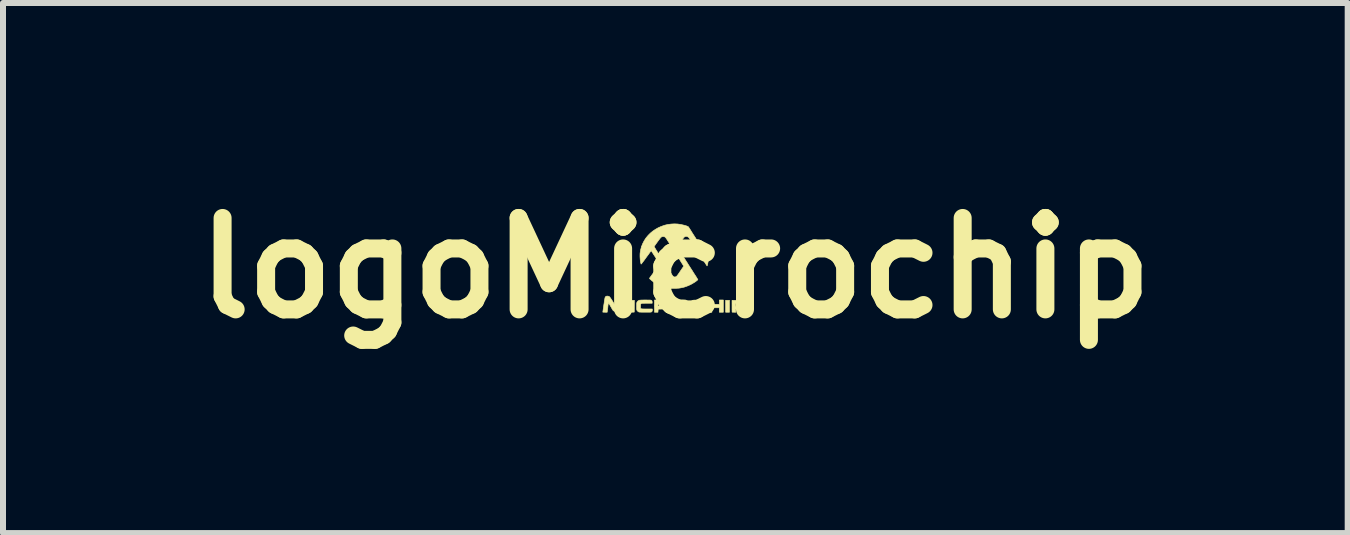
<source format=kicad_pcb>
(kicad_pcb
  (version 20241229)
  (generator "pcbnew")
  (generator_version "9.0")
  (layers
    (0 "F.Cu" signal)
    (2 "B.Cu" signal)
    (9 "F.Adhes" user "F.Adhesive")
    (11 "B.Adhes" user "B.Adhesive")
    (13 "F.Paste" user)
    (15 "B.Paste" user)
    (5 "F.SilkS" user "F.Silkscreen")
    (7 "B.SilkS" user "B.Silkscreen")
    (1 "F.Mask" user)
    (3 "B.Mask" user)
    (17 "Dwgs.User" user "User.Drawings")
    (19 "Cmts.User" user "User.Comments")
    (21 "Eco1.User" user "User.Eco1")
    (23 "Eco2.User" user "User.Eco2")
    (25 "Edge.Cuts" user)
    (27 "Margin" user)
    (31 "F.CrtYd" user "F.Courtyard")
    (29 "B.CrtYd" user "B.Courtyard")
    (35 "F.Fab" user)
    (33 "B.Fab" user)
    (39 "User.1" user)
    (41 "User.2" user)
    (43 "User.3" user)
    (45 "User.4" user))
  (footprint "logoMicrochip"
    (layer "F.Cu")
    (at 8.208 1.418)
    (property "Reference" "logoMicrochip" (at 0 0 0) (layer "F.SilkS") (effects (font (size 1.524 1.524) (thickness 0.3))))
    (attr through_hole)
    (fp_poly (pts (xy 0.902 0.737) (xy 0.838 0.737) (xy 0.838 0.538) (xy 0.902 0.538) (xy 0.902 0.737)) (stroke (width 0.01) (type solid)) (fill yes) (layer "F.SilkS"))
    (fp_poly (pts (xy -0.684 0.637) (xy -0.685 0.735) (xy -0.717 0.736) (xy -0.749 0.737) (xy -0.749 0.538) (xy -0.683 0.538) (xy -0.684 0.637)) (stroke (width 0.01) (type solid)) (fill yes) (layer "F.SilkS"))
    (fp_poly (pts (xy 0.61 0.605) (xy 0.734 0.605) (xy 0.734 0.533) (xy 0.8 0.533) (xy 0.8 0.737) (xy 0.734 0.737) (xy 0.733 0.699) (xy 0.733 0.662) (xy 0.611 0.662) (xy 0.609 0.737) (xy 0.546 0.737) (xy 0.546 0.533) (xy 0.61 0.533) (xy 0.61 0.605)) (stroke (width 0.01) (type solid)) (fill yes) (layer "F.SilkS"))
    (fp_poly (pts (xy 1.061 0.539) (xy 1.178 0.54) (xy 1.188 0.548) (xy 1.196 0.554) (xy 1.201 0.561) (xy 1.205 0.569) (xy 1.207 0.579) (xy 1.209 0.591) (xy 1.209 0.608) (xy 1.209 0.61) (xy 1.209 0.627) (xy 1.208 0.639) (xy 1.207 0.648) (xy 1.204 0.655) (xy 1.2 0.662) (xy 1.195 0.668) (xy 1.194 0.669) (xy 1.191 0.673) (xy 1.187 0.676) (xy 1.183 0.678) (xy 1.179 0.68) (xy 1.172 0.681) (xy 1.164 0.682) (xy 1.153 0.683) (xy 1.139 0.683) (xy 1.121 0.683) (xy 1.098 0.683) (xy 1.091 0.683) (xy 1.008 0.683) (xy 1.008 0.737) (xy 0.978 0.737) (xy 0.966 0.736) (xy 0.956 0.736) (xy 0.949 0.736) (xy 0.947 0.735) (xy 0.946 0.732) (xy 0.946 0.725) (xy 0.946 0.713) (xy 0.945 0.699) (xy 0.945 0.681) (xy 0.945 0.661) (xy 0.945 0.64) (xy 0.945 0.636) (xy 0.945 0.584) (xy 1.006 0.584) (xy 1.006 0.594) (xy 1.006 0.601) (xy 1.007 0.612) (xy 1.007 0.62) (xy 1.009 0.638) (xy 1.136 0.638) (xy 1.142 0.631) (xy 1.146 0.626) (xy 1.148 0.621) (xy 1.148 0.612) (xy 1.148 0.611) (xy 1.148 0.602) (xy 1.146 0.596) (xy 1.142 0.591) (xy 1.142 0.59) (xy 1.136 0.584) (xy 1.006 0.584) (xy 0.945 0.584) (xy 0.945 0.538) (xy 1.061 0.539)) (stroke (width 0.01) (type solid)) (fill yes) (layer "F.SilkS"))
    (fp_poly (pts (xy -0.212 0.533) (xy -0.189 0.533) (xy -0.17 0.534) (xy -0.155 0.534) (xy -0.143 0.535) (xy -0.133 0.535) (xy -0.126 0.536) (xy -0.121 0.538) (xy -0.116 0.54) (xy -0.113 0.542) (xy -0.109 0.545) (xy -0.107 0.547) (xy -0.101 0.554) (xy -0.096 0.562) (xy -0.093 0.572) (xy -0.092 0.585) (xy -0.091 0.599) (xy -0.092 0.615) (xy -0.093 0.626) (xy -0.095 0.634) (xy -0.099 0.641) (xy -0.105 0.647) (xy -0.108 0.649) (xy -0.117 0.656) (xy -0.109 0.661) (xy -0.103 0.665) (xy -0.099 0.671) (xy -0.096 0.679) (xy -0.095 0.69) (xy -0.094 0.705) (xy -0.094 0.709) (xy -0.094 0.737) (xy -0.152 0.737) (xy -0.152 0.72) (xy -0.153 0.706) (xy -0.156 0.696) (xy -0.162 0.69) (xy -0.17 0.686) (xy -0.17 0.686) (xy -0.176 0.685) (xy -0.187 0.684) (xy -0.201 0.684) (xy -0.218 0.684) (xy -0.233 0.684) (xy -0.286 0.685) (xy -0.288 0.711) (xy -0.29 0.737) (xy -0.348 0.737) (xy -0.348 0.632) (xy -0.29 0.632) (xy -0.225 0.632) (xy -0.204 0.632) (xy -0.189 0.632) (xy -0.177 0.632) (xy -0.168 0.632) (xy -0.162 0.631) (xy -0.158 0.63) (xy -0.156 0.629) (xy -0.155 0.628) (xy -0.151 0.624) (xy -0.15 0.616) (xy -0.15 0.61) (xy -0.15 0.601) (xy -0.152 0.595) (xy -0.156 0.59) (xy -0.162 0.584) (xy -0.287 0.584) (xy -0.287 0.591) (xy -0.287 0.597) (xy -0.288 0.606) (xy -0.289 0.615) (xy -0.29 0.632) (xy -0.348 0.632) (xy -0.348 0.533) (xy -0.24 0.533) (xy -0.212 0.533)) (stroke (width 0.01) (type solid)) (fill yes) (layer "F.SilkS"))
    (fp_poly (pts (xy -0.474 0.533) (xy -0.455 0.534) (xy -0.44 0.534) (xy -0.428 0.534) (xy -0.419 0.534) (xy -0.412 0.535) (xy -0.408 0.536) (xy -0.404 0.537) (xy -0.401 0.538) (xy -0.394 0.543) (xy -0.389 0.55) (xy -0.387 0.56) (xy -0.386 0.571) (xy -0.386 0.587) (xy -0.475 0.587) (xy -0.564 0.588) (xy -0.572 0.596) (xy -0.58 0.605) (xy -0.58 0.638) (xy -0.581 0.649) (xy -0.581 0.658) (xy -0.58 0.665) (xy -0.579 0.67) (xy -0.576 0.675) (xy -0.571 0.678) (xy -0.564 0.68) (xy -0.555 0.681) (xy -0.542 0.682) (xy -0.525 0.682) (xy -0.504 0.683) (xy -0.479 0.683) (xy -0.476 0.683) (xy -0.384 0.683) (xy -0.384 0.698) (xy -0.384 0.707) (xy -0.386 0.716) (xy -0.388 0.72) (xy -0.39 0.724) (xy -0.392 0.728) (xy -0.395 0.73) (xy -0.399 0.732) (xy -0.405 0.734) (xy -0.413 0.735) (xy -0.424 0.736) (xy -0.438 0.736) (xy -0.456 0.736) (xy -0.478 0.736) (xy -0.501 0.736) (xy -0.522 0.736) (xy -0.543 0.736) (xy -0.561 0.736) (xy -0.577 0.735) (xy -0.59 0.735) (xy -0.599 0.734) (xy -0.604 0.734) (xy -0.613 0.73) (xy -0.624 0.723) (xy -0.633 0.714) (xy -0.64 0.705) (xy -0.642 0.702) (xy -0.643 0.697) (xy -0.644 0.69) (xy -0.645 0.68) (xy -0.645 0.666) (xy -0.645 0.647) (xy -0.645 0.637) (xy -0.645 0.618) (xy -0.645 0.604) (xy -0.645 0.594) (xy -0.644 0.586) (xy -0.643 0.58) (xy -0.642 0.576) (xy -0.641 0.572) (xy -0.639 0.569) (xy -0.634 0.56) (xy -0.626 0.552) (xy -0.623 0.549) (xy -0.617 0.545) (xy -0.612 0.542) (xy -0.606 0.54) (xy -0.599 0.537) (xy -0.591 0.536) (xy -0.581 0.535) (xy -0.567 0.534) (xy -0.551 0.534) (xy -0.531 0.533) (xy -0.507 0.533) (xy -0.498 0.533) (xy -0.474 0.533)) (stroke (width 0.01) (type solid)) (fill yes) (layer "F.SilkS"))
    (fp_poly (pts (xy 0.42 0.535) (xy 0.441 0.535) (xy 0.458 0.535) (xy 0.472 0.535) (xy 0.482 0.536) (xy 0.49 0.537) (xy 0.496 0.538) (xy 0.499 0.54) (xy 0.502 0.542) (xy 0.504 0.545) (xy 0.505 0.548) (xy 0.507 0.554) (xy 0.508 0.562) (xy 0.508 0.57) (xy 0.508 0.587) (xy 0.422 0.587) (xy 0.398 0.587) (xy 0.378 0.587) (xy 0.362 0.587) (xy 0.35 0.588) (xy 0.341 0.588) (xy 0.334 0.59) (xy 0.329 0.591) (xy 0.325 0.593) (xy 0.322 0.596) (xy 0.32 0.6) (xy 0.318 0.602) (xy 0.316 0.606) (xy 0.314 0.611) (xy 0.313 0.617) (xy 0.313 0.625) (xy 0.312 0.638) (xy 0.312 0.639) (xy 0.312 0.652) (xy 0.313 0.66) (xy 0.314 0.666) (xy 0.315 0.67) (xy 0.317 0.674) (xy 0.32 0.676) (xy 0.327 0.685) (xy 0.419 0.685) (xy 0.511 0.686) (xy 0.511 0.7) (xy 0.509 0.714) (xy 0.504 0.725) (xy 0.496 0.733) (xy 0.493 0.734) (xy 0.49 0.736) (xy 0.485 0.737) (xy 0.479 0.737) (xy 0.471 0.738) (xy 0.46 0.738) (xy 0.447 0.738) (xy 0.429 0.738) (xy 0.408 0.738) (xy 0.383 0.737) (xy 0.367 0.737) (xy 0.343 0.736) (xy 0.322 0.735) (xy 0.306 0.735) (xy 0.294 0.734) (xy 0.286 0.733) (xy 0.284 0.732) (xy 0.276 0.727) (xy 0.267 0.72) (xy 0.259 0.712) (xy 0.255 0.706) (xy 0.254 0.701) (xy 0.253 0.692) (xy 0.252 0.679) (xy 0.251 0.664) (xy 0.251 0.648) (xy 0.251 0.631) (xy 0.251 0.614) (xy 0.252 0.598) (xy 0.252 0.585) (xy 0.253 0.575) (xy 0.255 0.568) (xy 0.255 0.567) (xy 0.264 0.556) (xy 0.276 0.546) (xy 0.286 0.541) (xy 0.289 0.539) (xy 0.292 0.538) (xy 0.296 0.537) (xy 0.301 0.536) (xy 0.307 0.536) (xy 0.316 0.535) (xy 0.327 0.535) (xy 0.341 0.535) (xy 0.359 0.535) (xy 0.382 0.535) (xy 0.394 0.535) (xy 0.42 0.535)) (stroke (width 0.01) (type solid)) (fill yes) (layer "F.SilkS"))
    (fp_poly (pts (xy 0.105 0.531) (xy 0.126 0.531) (xy 0.143 0.532) (xy 0.157 0.532) (xy 0.167 0.533) (xy 0.176 0.535) (xy 0.183 0.537) (xy 0.188 0.54) (xy 0.194 0.544) (xy 0.198 0.548) (xy 0.204 0.553) (xy 0.209 0.559) (xy 0.212 0.564) (xy 0.215 0.57) (xy 0.217 0.578) (xy 0.218 0.589) (xy 0.218 0.603) (xy 0.218 0.62) (xy 0.218 0.637) (xy 0.218 0.656) (xy 0.218 0.671) (xy 0.218 0.682) (xy 0.218 0.69) (xy 0.217 0.696) (xy 0.216 0.7) (xy 0.215 0.704) (xy 0.213 0.707) (xy 0.213 0.707) (xy 0.206 0.716) (xy 0.195 0.724) (xy 0.183 0.731) (xy 0.171 0.735) (xy 0.171 0.735) (xy 0.165 0.735) (xy 0.155 0.736) (xy 0.142 0.736) (xy 0.126 0.736) (xy 0.108 0.736) (xy 0.089 0.736) (xy 0.069 0.736) (xy 0.05 0.736) (xy 0.031 0.736) (xy 0.015 0.735) (xy 0.001 0.735) (xy -0.009 0.734) (xy -0.016 0.734) (xy -0.017 0.734) (xy -0.03 0.728) (xy -0.042 0.719) (xy -0.05 0.708) (xy -0.051 0.708) (xy -0.052 0.704) (xy -0.054 0.7) (xy -0.054 0.695) (xy -0.055 0.688) (xy -0.056 0.679) (xy -0.056 0.667) (xy -0.056 0.652) (xy -0.056 0.637) (xy 0.013 0.637) (xy 0.013 0.653) (xy 0.013 0.664) (xy 0.014 0.671) (xy 0.016 0.676) (xy 0.018 0.679) (xy 0.022 0.681) (xy 0.025 0.682) (xy 0.03 0.682) (xy 0.038 0.682) (xy 0.05 0.682) (xy 0.065 0.682) (xy 0.081 0.682) (xy 0.087 0.682) (xy 0.106 0.682) (xy 0.121 0.682) (xy 0.132 0.681) (xy 0.139 0.681) (xy 0.144 0.68) (xy 0.146 0.679) (xy 0.147 0.676) (xy 0.148 0.673) (xy 0.149 0.667) (xy 0.15 0.659) (xy 0.15 0.646) (xy 0.15 0.636) (xy 0.15 0.622) (xy 0.15 0.611) (xy 0.149 0.604) (xy 0.148 0.599) (xy 0.147 0.596) (xy 0.145 0.593) (xy 0.143 0.592) (xy 0.141 0.589) (xy 0.138 0.588) (xy 0.134 0.587) (xy 0.128 0.586) (xy 0.12 0.585) (xy 0.108 0.585) (xy 0.092 0.585) (xy 0.092 0.585) (xy 0.072 0.584) (xy 0.056 0.584) (xy 0.043 0.585) (xy 0.034 0.586) (xy 0.028 0.588) (xy 0.023 0.59) (xy 0.019 0.593) (xy 0.019 0.593) (xy 0.016 0.596) (xy 0.015 0.599) (xy 0.014 0.603) (xy 0.013 0.609) (xy 0.013 0.618) (xy 0.013 0.63) (xy 0.013 0.637) (xy -0.056 0.637) (xy -0.056 0.634) (xy -0.056 0.614) (xy -0.056 0.599) (xy -0.056 0.587) (xy -0.055 0.579) (xy -0.055 0.573) (xy -0.054 0.568) (xy -0.052 0.565) (xy -0.051 0.562) (xy -0.05 0.561) (xy -0.044 0.553) (xy -0.037 0.546) (xy -0.036 0.545) (xy -0.03 0.541) (xy -0.025 0.538) (xy -0.019 0.536) (xy -0.012 0.534) (xy -0.003 0.533) (xy 0.009 0.532) (xy 0.023 0.531) (xy 0.041 0.531) (xy 0.063 0.531) (xy 0.08 0.531) (xy 0.105 0.531)) (stroke (width 0.01) (type solid)) (fill yes) (layer "F.SilkS"))
    (fp_poly (pts (xy -1.121 0.469) (xy -1.107 0.474) (xy -1.096 0.48) (xy -1.092 0.485) (xy -1.086 0.494) (xy -1.077 0.506) (xy -1.067 0.522) (xy -1.054 0.541) (xy -1.042 0.56) (xy -1.032 0.577) (xy -1.022 0.593) (xy -1.013 0.606) (xy -1.006 0.617) (xy -1 0.625) (xy -0.996 0.63) (xy -0.995 0.631) (xy -0.994 0.628) (xy -0.99 0.622) (xy -0.984 0.612) (xy -0.977 0.599) (xy -0.968 0.585) (xy -0.959 0.569) (xy -0.956 0.564) (xy -0.946 0.547) (xy -0.937 0.531) (xy -0.929 0.517) (xy -0.922 0.505) (xy -0.916 0.497) (xy -0.913 0.492) (xy -0.913 0.491) (xy -0.907 0.485) (xy -0.899 0.48) (xy -0.893 0.476) (xy -0.877 0.471) (xy -0.862 0.47) (xy -0.848 0.475) (xy -0.841 0.478) (xy -0.837 0.481) (xy -0.833 0.484) (xy -0.83 0.487) (xy -0.827 0.491) (xy -0.825 0.496) (xy -0.823 0.503) (xy -0.82 0.512) (xy -0.818 0.523) (xy -0.815 0.537) (xy -0.812 0.555) (xy -0.809 0.577) (xy -0.805 0.603) (xy -0.803 0.615) (xy -0.799 0.638) (xy -0.796 0.661) (xy -0.793 0.681) (xy -0.79 0.698) (xy -0.788 0.713) (xy -0.786 0.724) (xy -0.785 0.731) (xy -0.785 0.733) (xy -0.786 0.735) (xy -0.79 0.736) (xy -0.797 0.736) (xy -0.808 0.736) (xy -0.822 0.736) (xy -0.86 0.735) (xy -0.87 0.657) (xy -0.872 0.638) (xy -0.875 0.62) (xy -0.877 0.605) (xy -0.879 0.593) (xy -0.88 0.584) (xy -0.881 0.58) (xy -0.881 0.579) (xy -0.883 0.581) (xy -0.887 0.587) (xy -0.892 0.597) (xy -0.899 0.609) (xy -0.907 0.623) (xy -0.916 0.638) (xy -0.917 0.639) (xy -0.926 0.656) (xy -0.935 0.671) (xy -0.943 0.684) (xy -0.95 0.695) (xy -0.955 0.703) (xy -0.957 0.707) (xy -0.968 0.716) (xy -0.982 0.722) (xy -0.997 0.724) (xy -1.012 0.722) (xy -1.026 0.716) (xy -1.033 0.712) (xy -1.037 0.708) (xy -1.043 0.7) (xy -1.051 0.687) (xy -1.061 0.67) (xy -1.073 0.648) (xy -1.077 0.642) (xy -1.087 0.625) (xy -1.095 0.61) (xy -1.103 0.597) (xy -1.109 0.587) (xy -1.113 0.58) (xy -1.115 0.577) (xy -1.115 0.577) (xy -1.116 0.579) (xy -1.117 0.586) (xy -1.119 0.596) (xy -1.12 0.61) (xy -1.123 0.626) (xy -1.125 0.644) (xy -1.125 0.646) (xy -1.127 0.665) (xy -1.129 0.682) (xy -1.131 0.698) (xy -1.133 0.711) (xy -1.134 0.721) (xy -1.135 0.726) (xy -1.136 0.737) (xy -1.173 0.737) (xy -1.186 0.736) (xy -1.196 0.736) (xy -1.204 0.736) (xy -1.209 0.735) (xy -1.209 0.735) (xy -1.209 0.732) (xy -1.208 0.725) (xy -1.206 0.713) (xy -1.204 0.698) (xy -1.201 0.68) (xy -1.198 0.66) (xy -1.195 0.637) (xy -1.192 0.613) (xy -1.192 0.613) (xy -1.187 0.584) (xy -1.184 0.56) (xy -1.181 0.54) (xy -1.178 0.524) (xy -1.176 0.512) (xy -1.174 0.502) (xy -1.172 0.494) (xy -1.17 0.488) (xy -1.168 0.484) (xy -1.165 0.48) (xy -1.162 0.478) (xy -1.159 0.475) (xy -1.158 0.474) (xy -1.147 0.469) (xy -1.134 0.468) (xy -1.121 0.469)) (stroke (width 0.01) (type solid)) (fill yes) (layer "F.SilkS"))
    (fp_poly (pts (xy 0.037 -0.734) (xy 0.091 -0.726) (xy 0.145 -0.714) (xy 0.186 -0.702) (xy 0.2 -0.696) (xy 0.21 -0.692) (xy 0.216 -0.688) (xy 0.218 -0.686) (xy 0.22 -0.683) (xy 0.225 -0.676) (xy 0.232 -0.665) (xy 0.241 -0.651) (xy 0.252 -0.634) (xy 0.265 -0.613) (xy 0.279 -0.59) (xy 0.295 -0.565) (xy 0.313 -0.537) (xy 0.332 -0.508) (xy 0.351 -0.477) (xy 0.372 -0.444) (xy 0.388 -0.418) (xy 0.554 -0.157) (xy 0.55 -0.126) (xy 0.548 -0.114) (xy 0.545 -0.1) (xy 0.542 -0.085) (xy 0.539 -0.07) (xy 0.536 -0.057) (xy 0.533 -0.047) (xy 0.531 -0.039) (xy 0.529 -0.035) (xy 0.527 -0.037) (xy 0.523 -0.043) (xy 0.517 -0.053) (xy 0.508 -0.066) (xy 0.498 -0.082) (xy 0.485 -0.101) (xy 0.471 -0.123) (xy 0.455 -0.148) (xy 0.438 -0.174) (xy 0.42 -0.202) (xy 0.401 -0.232) (xy 0.382 -0.263) (xy 0.378 -0.268) (xy 0.357 -0.303) (xy 0.336 -0.335) (xy 0.317 -0.366) (xy 0.298 -0.394) (xy 0.282 -0.42) (xy 0.267 -0.443) (xy 0.254 -0.463) (xy 0.243 -0.48) (xy 0.234 -0.494) (xy 0.227 -0.504) (xy 0.223 -0.509) (xy 0.221 -0.511) (xy 0.206 -0.521) (xy 0.191 -0.527) (xy 0.176 -0.528) (xy 0.162 -0.524) (xy 0.148 -0.515) (xy 0.143 -0.51) (xy 0.14 -0.506) (xy 0.134 -0.498) (xy 0.126 -0.488) (xy 0.116 -0.475) (xy 0.105 -0.46) (xy 0.093 -0.443) (xy 0.084 -0.431) (xy 0.072 -0.414) (xy 0.06 -0.398) (xy 0.05 -0.384) (xy 0.042 -0.373) (xy 0.035 -0.364) (xy 0.031 -0.358) (xy 0.03 -0.357) (xy 0.031 -0.354) (xy 0.035 -0.347) (xy 0.041 -0.336) (xy 0.05 -0.322) (xy 0.062 -0.303) (xy 0.075 -0.281) (xy 0.092 -0.255) (xy 0.11 -0.225) (xy 0.131 -0.192) (xy 0.154 -0.156) (xy 0.179 -0.117) (xy 0.201 -0.083) (xy 0.222 -0.049) (xy 0.243 -0.016) (xy 0.263 0.015) (xy 0.282 0.044) (xy 0.299 0.072) (xy 0.315 0.097) (xy 0.33 0.12) (xy 0.343 0.14) (xy 0.354 0.158) (xy 0.362 0.172) (xy 0.369 0.182) (xy 0.373 0.189) (xy 0.375 0.192) (xy 0.375 0.192) (xy 0.374 0.195) (xy 0.369 0.201) (xy 0.36 0.208) (xy 0.349 0.217) (xy 0.336 0.227) (xy 0.321 0.237) (xy 0.305 0.247) (xy 0.288 0.257) (xy 0.271 0.267) (xy 0.255 0.275) (xy 0.25 0.278) (xy 0.199 0.3) (xy 0.148 0.318) (xy 0.095 0.33) (xy 0.071 0.334) (xy 0.055 0.336) (xy 0.036 0.337) (xy 0.014 0.338) (xy -0.009 0.339) (xy -0.031 0.339) (xy -0.052 0.339) (xy -0.07 0.338) (xy -0.077 0.338) (xy -0.132 0.33) (xy -0.185 0.317) (xy -0.236 0.301) (xy -0.284 0.28) (xy -0.33 0.255) (xy -0.345 0.245) (xy -0.361 0.234) (xy -0.377 0.222) (xy -0.391 0.211) (xy -0.404 0.2) (xy -0.415 0.191) (xy -0.424 0.182) (xy -0.429 0.176) (xy -0.431 0.171) (xy -0.431 0.171) (xy -0.429 0.168) (xy -0.425 0.162) (xy -0.418 0.152) (xy -0.409 0.14) (xy -0.398 0.125) (xy -0.386 0.108) (xy -0.373 0.09) (xy -0.359 0.071) (xy -0.344 0.05) (xy -0.331 0.031) (xy -0.318 0.013) (xy -0.306 -0.003) (xy -0.297 -0.017) (xy -0.289 -0.028) (xy -0.284 -0.037) (xy -0.281 -0.041) (xy -0.277 -0.049) (xy -0.275 -0.056) (xy -0.275 -0.065) (xy -0.275 -0.072) (xy -0.277 -0.089) (xy -0.281 -0.1) (xy -0.283 -0.104) (xy -0.287 -0.111) (xy -0.294 -0.121) (xy -0.302 -0.134) (xy -0.312 -0.149) (xy -0.322 -0.165) (xy -0.333 -0.182) (xy -0.345 -0.2) (xy -0.356 -0.217) (xy -0.367 -0.234) (xy -0.377 -0.25) (xy -0.386 -0.263) (xy -0.393 -0.275) (xy -0.399 -0.283) (xy -0.402 -0.288) (xy -0.403 -0.289) (xy -0.404 -0.287) (xy -0.408 -0.282) (xy -0.415 -0.273) (xy -0.424 -0.261) (xy -0.435 -0.246) (xy -0.447 -0.229) (xy -0.461 -0.21) (xy -0.476 -0.19) (xy -0.487 -0.175) (xy -0.505 -0.15) (xy -0.52 -0.129) (xy -0.533 -0.112) (xy -0.544 -0.098) (xy -0.552 -0.087) (xy -0.559 -0.078) (xy -0.564 -0.072) (xy -0.568 -0.068) (xy -0.57 -0.066) (xy -0.571 -0.066) (xy -0.572 -0.066) (xy -0.573 -0.071) (xy -0.575 -0.079) (xy -0.578 -0.09) (xy -0.58 -0.103) (xy -0.581 -0.106) (xy -0.585 -0.132) (xy -0.587 -0.16) (xy -0.589 -0.189) (xy -0.589 -0.217) (xy -0.588 -0.243) (xy -0.587 -0.252) (xy -0.579 -0.302) (xy -0.566 -0.351) (xy -0.564 -0.357) (xy -0.354 -0.357) (xy -0.352 -0.354) (xy -0.349 -0.348) (xy -0.342 -0.337) (xy -0.334 -0.324) (xy -0.324 -0.307) (xy -0.312 -0.288) (xy -0.299 -0.267) (xy -0.284 -0.244) (xy -0.268 -0.219) (xy -0.252 -0.193) (xy -0.234 -0.165) (xy -0.217 -0.138) (xy -0.199 -0.11) (xy -0.181 -0.081) (xy -0.163 -0.054) (xy -0.146 -0.027) (xy -0.129 -0.001) (xy -0.114 0.024) (xy -0.099 0.047) (xy -0.085 0.068) (xy -0.073 0.086) (xy -0.063 0.102) (xy -0.055 0.115) (xy -0.048 0.124) (xy -0.044 0.13) (xy -0.043 0.132) (xy -0.03 0.143) (xy -0.017 0.149) (xy -0.004 0.149) (xy 0.009 0.145) (xy 0.01 0.145) (xy 0.014 0.143) (xy 0.018 0.14) (xy 0.022 0.136) (xy 0.027 0.131) (xy 0.032 0.125) (xy 0.039 0.116) (xy 0.047 0.105) (xy 0.057 0.091) (xy 0.069 0.073) (xy 0.083 0.052) (xy 0.087 0.046) (xy 0.14 -0.031) (xy -0.007 -0.266) (xy -0.034 -0.308) (xy -0.058 -0.346) (xy -0.079 -0.381) (xy -0.099 -0.411) (xy -0.116 -0.438) (xy -0.13 -0.46) (xy -0.142 -0.479) (xy -0.152 -0.493) (xy -0.159 -0.503) (xy -0.163 -0.509) (xy -0.164 -0.511) (xy -0.179 -0.52) (xy -0.194 -0.525) (xy -0.21 -0.525) (xy -0.226 -0.521) (xy -0.241 -0.511) (xy -0.243 -0.509) (xy -0.246 -0.505) (xy -0.252 -0.498) (xy -0.259 -0.489) (xy -0.268 -0.477) (xy -0.279 -0.463) (xy -0.29 -0.448) (xy -0.301 -0.433) (xy -0.312 -0.417) (xy -0.323 -0.403) (xy -0.332 -0.389) (xy -0.341 -0.377) (xy -0.347 -0.367) (xy -0.352 -0.361) (xy -0.354 -0.357) (xy -0.354 -0.357) (xy -0.564 -0.357) (xy -0.548 -0.399) (xy -0.525 -0.445) (xy -0.498 -0.489) (xy -0.485 -0.507) (xy -0.452 -0.546) (xy -0.416 -0.582) (xy -0.376 -0.615) (xy -0.333 -0.644) (xy -0.288 -0.67) (xy -0.239 -0.692) (xy -0.189 -0.71) (xy -0.177 -0.714) (xy -0.125 -0.726) (xy -0.071 -0.733) (xy -0.017 -0.736) (xy 0.037 -0.734)) (stroke (width 0.01) (type solid)) (fill yes) (layer "F.SilkS")))
  (gr_rect
    (start -3 -3)
    (end 19.416 5.836)
    (stroke (width 0.1) (type default))
    (fill no)
    (layer "Edge.Cuts")))
</source>
